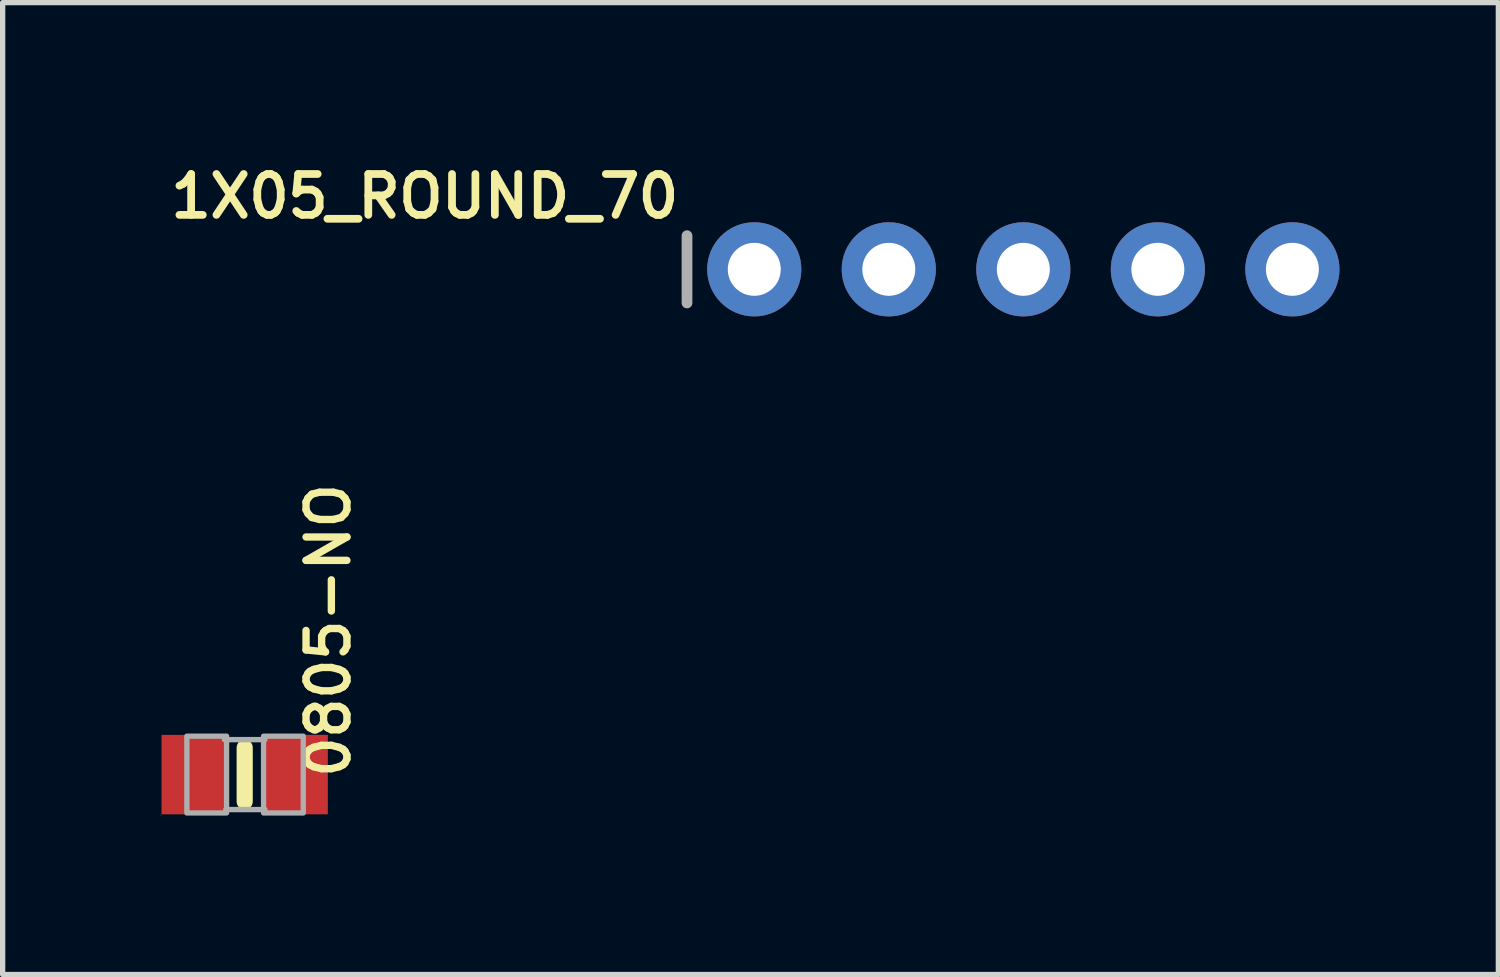
<source format=kicad_pcb>
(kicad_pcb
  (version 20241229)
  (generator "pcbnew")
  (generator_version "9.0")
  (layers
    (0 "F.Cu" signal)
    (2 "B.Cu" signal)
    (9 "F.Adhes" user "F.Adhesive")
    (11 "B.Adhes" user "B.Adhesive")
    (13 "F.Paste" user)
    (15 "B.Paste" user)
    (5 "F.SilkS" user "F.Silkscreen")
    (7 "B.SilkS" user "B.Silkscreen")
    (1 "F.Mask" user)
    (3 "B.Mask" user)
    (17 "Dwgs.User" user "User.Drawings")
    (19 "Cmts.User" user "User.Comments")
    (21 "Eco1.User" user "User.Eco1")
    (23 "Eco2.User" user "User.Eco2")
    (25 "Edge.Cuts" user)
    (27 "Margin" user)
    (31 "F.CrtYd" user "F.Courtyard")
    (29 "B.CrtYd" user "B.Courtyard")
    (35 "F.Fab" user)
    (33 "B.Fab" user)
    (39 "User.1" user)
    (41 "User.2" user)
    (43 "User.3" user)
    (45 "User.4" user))
  (footprint "0805-NO"
    (layer "F.Cu")
    (at 1.57 11.575)
    (property "Reference" "0805-NO" (at 2.032 0.127 90) (layer "F.SilkS") (effects (font (size 0.772 0.772) (thickness 0.139)) (justify left bottom)))
    (attr through_hole)
    (fp_line (start 0 -0.508) (end 0 0.508) (stroke (width 0.305) (type solid)) (layer "F.SilkS"))
    (fp_line (start -0.381 -0.66) (end 0.381 -0.66) (stroke (width 0.102) (type solid)) (layer "F.Fab"))
    (fp_line (start -0.356 0.66) (end 0.381 0.66) (stroke (width 0.102) (type solid)) (layer "F.Fab"))
    (fp_poly (pts (xy -1.092 0.724) (xy -0.342 0.724) (xy -0.342 -0.726) (xy -1.092 -0.726)) (stroke (width 0.1) (type solid)) (fill no) (layer "F.Fab"))
    (fp_poly (pts (xy 0.356 0.724) (xy 1.106 0.724) (xy 1.106 -0.726) (xy 0.356 -0.726)) (stroke (width 0.1) (type solid)) (fill no) (layer "F.Fab"))
    (pad "1" smd rect (at -0.95 0) (size 1.24 1.5) (layers "F.Cu" "F.Mask" "F.Paste"))
    (pad "2" smd rect (at 0.95 0) (size 1.24 1.5) (layers "F.Cu" "F.Mask" "F.Paste")))
  (footprint "1X05_ROUND_70"
    (layer "F.Cu")
    (at 16.271 2.035)
    (property "Reference" "1X05_ROUND_70" (at -6.426 -1.829 0) (layer "F.SilkS") (effects (font (size 0.772 0.772) (thickness 0.146)) (justify right top)))
    (attr through_hole)
    (fp_line (start -6.35 -0.635) (end -6.35 0.635) (stroke (width 0.203) (type solid)) (layer "F.Fab"))
    (fp_poly (pts (xy -5.334 0.254) (xy -4.826 0.254) (xy -4.826 -0.254) (xy -5.334 -0.254)) (stroke (width 0.1) (type solid)) (fill no) (layer "F.Fab"))
    (fp_poly (pts (xy -2.794 0.254) (xy -2.286 0.254) (xy -2.286 -0.254) (xy -2.794 -0.254)) (stroke (width 0.1) (type solid)) (fill no) (layer "F.Fab"))
    (fp_poly (pts (xy -0.254 0.254) (xy 0.254 0.254) (xy 0.254 -0.254) (xy -0.254 -0.254)) (stroke (width 0.1) (type solid)) (fill no) (layer "F.Fab"))
    (fp_poly (pts (xy 2.286 0.254) (xy 2.794 0.254) (xy 2.794 -0.254) (xy 2.286 -0.254)) (stroke (width 0.1) (type solid)) (fill no) (layer "F.Fab"))
    (fp_poly (pts (xy 4.826 0.254) (xy 5.334 0.254) (xy 5.334 -0.254) (xy 4.826 -0.254)) (stroke (width 0.1) (type solid)) (fill no) (layer "F.Fab"))
    (pad "1" thru_hole circle (at -5.08 0 90) (size 1.778 1.778) (drill 1) (layers "*.Cu" "*.Mask"))
    (pad "2" thru_hole circle (at -2.54 0 90) (size 1.778 1.778) (drill 1) (layers "*.Cu" "*.Mask"))
    (pad "3" thru_hole circle (at 0 0 90) (size 1.778 1.778) (drill 1) (layers "*.Cu" "*.Mask"))
    (pad "4" thru_hole circle (at 2.54 0 90) (size 1.778 1.778) (drill 1) (layers "*.Cu" "*.Mask"))
    (pad "5" thru_hole circle (at 5.08 0 90) (size 1.778 1.778) (drill 1) (layers "*.Cu" "*.Mask")))
  (gr_rect
    (start -3 -3)
    (end 25.24 15.349)
    (stroke (width 0.1) (type default))
    (fill no)
    (layer "Edge.Cuts")))
</source>
